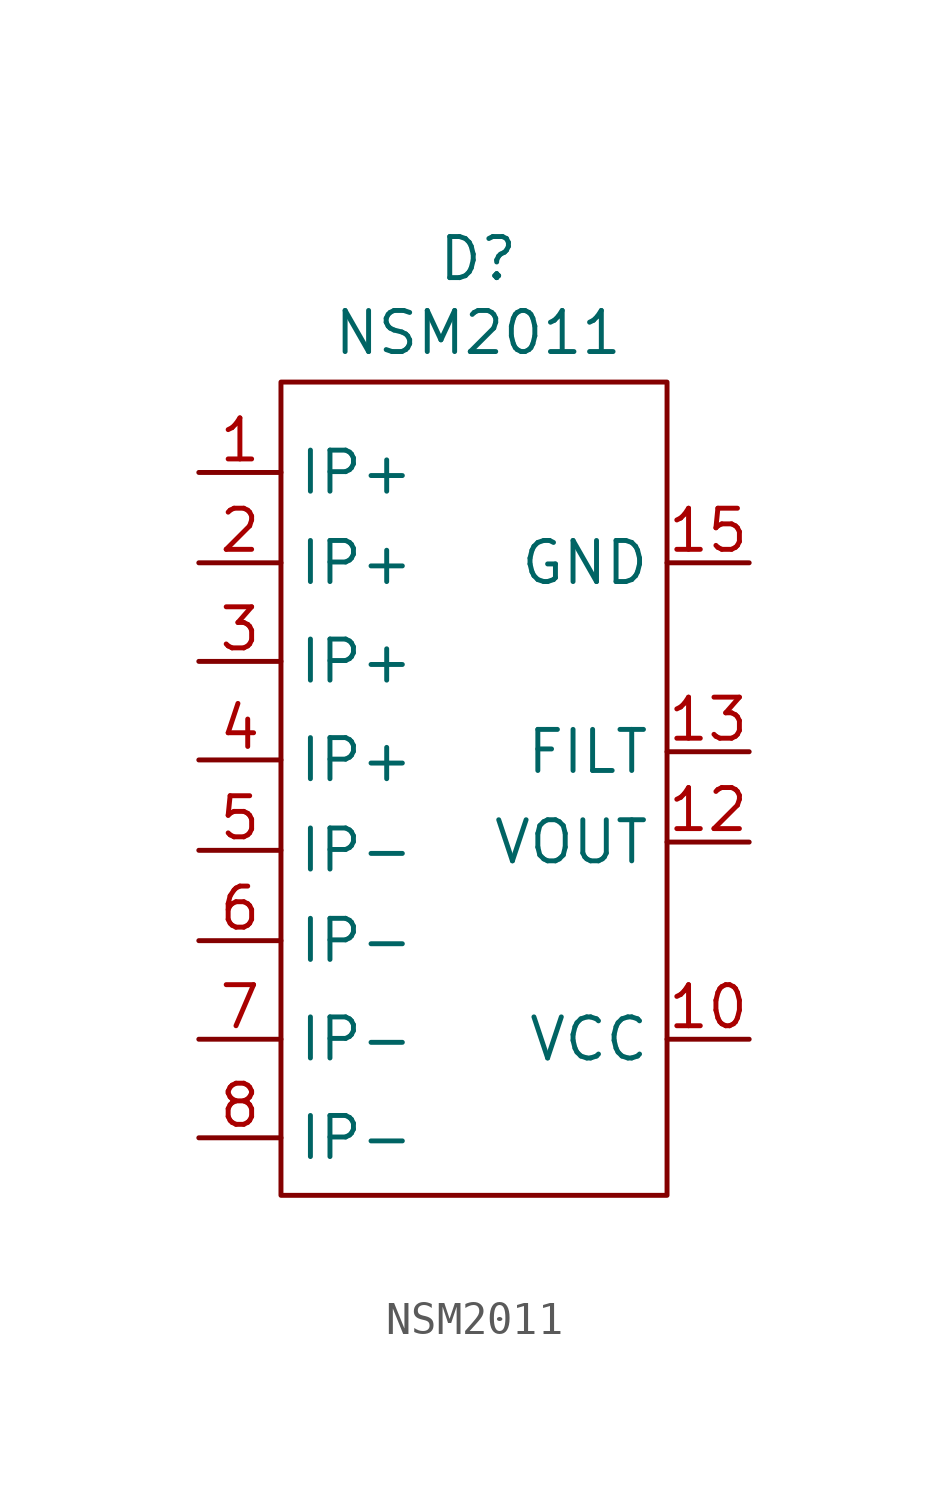
<source format=kicad_sym>
(kicad_symbol_lib
  (version 20211014)
  (generator kicad_symbol_editor)
  (symbol "NSM2011"
    (property "Reference" "D"
      (at 0.254 3.81 0)
      (effects (font (size 1.27 1.27))))
    (property "Value" "NSM2011"
      (at 0.254 1.524 0)
      (effects (font (size 1.27 1.27))))
    (symbol "NSM2011_0_1"
      (rectangle (start -5.842 0) (end 6.096 -25.146) (stroke (width 0) (type default) (color 0 0 0 0)) (fill (type none))))
    (symbol "NSM2011_1_1"
      (pin input line (at -8.382 -2.794 0) (length 2.54) (name "IP+" (effects (font (size 1.27 1.27)))) (number "1" (effects (font (size 1.27 1.27)))))
      (pin input line (at 8.636 -20.32 180) (length 2.54) (name "VCC" (effects (font (size 1.27 1.27)))) (number "10" (effects (font (size 1.27 1.27)))))
      (pin input line (at 8.636 -14.224 180) (length 2.54) (name "VOUT" (effects (font (size 1.27 1.27)))) (number "12" (effects (font (size 1.27 1.27)))))
      (pin input line (at 8.636 -11.43 180) (length 2.54) (name "FILT" (effects (font (size 1.27 1.27)))) (number "13" (effects (font (size 1.27 1.27)))))
      (pin input line (at 8.636 -5.588 180) (length 2.54) (name "GND" (effects (font (size 1.27 1.27)))) (number "15" (effects (font (size 1.27 1.27)))))
      (pin input line (at -8.382 -5.588 0) (length 2.54) (name "IP+" (effects (font (size 1.27 1.27)))) (number "2" (effects (font (size 1.27 1.27)))))
      (pin input line (at -8.382 -8.636 0) (length 2.54) (name "IP+" (effects (font (size 1.27 1.27)))) (number "3" (effects (font (size 1.27 1.27)))))
      (pin input line (at -8.382 -11.684 0) (length 2.54) (name "IP+" (effects (font (size 1.27 1.27)))) (number "4" (effects (font (size 1.27 1.27)))))
      (pin input line (at -8.382 -14.478 0) (length 2.54) (name "IP-" (effects (font (size 1.27 1.27)))) (number "5" (effects (font (size 1.27 1.27)))))
      (pin input line (at -8.382 -17.272 0) (length 2.54) (name "IP-" (effects (font (size 1.27 1.27)))) (number "6" (effects (font (size 1.27 1.27)))))
      (pin input line (at -8.382 -20.32 0) (length 2.54) (name "IP-" (effects (font (size 1.27 1.27)))) (number "7" (effects (font (size 1.27 1.27)))))
      (pin input line (at -8.382 -23.368 0) (length 2.54) (name "IP-" (effects (font (size 1.27 1.27)))) (number "8" (effects (font (size 1.27 1.27))))))))
</source>
